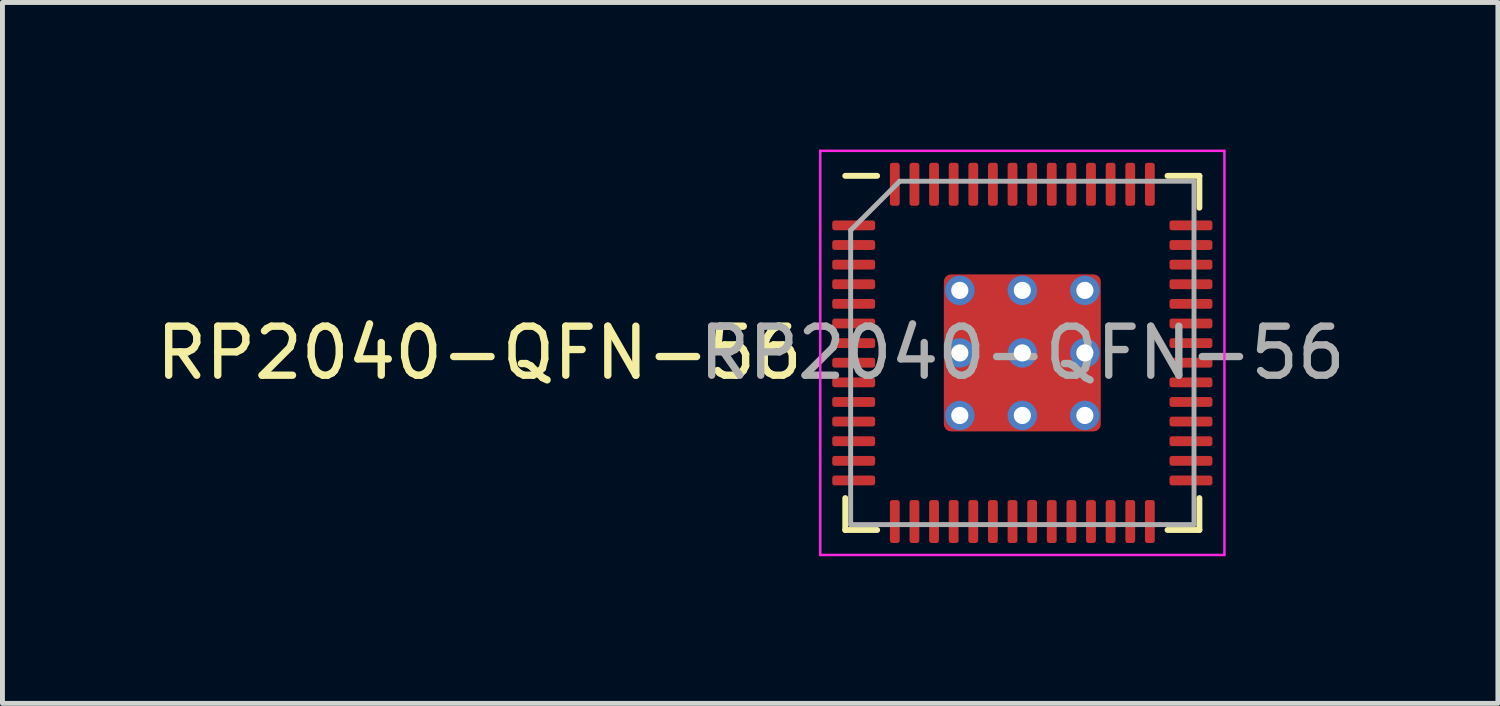
<source format=kicad_pcb>
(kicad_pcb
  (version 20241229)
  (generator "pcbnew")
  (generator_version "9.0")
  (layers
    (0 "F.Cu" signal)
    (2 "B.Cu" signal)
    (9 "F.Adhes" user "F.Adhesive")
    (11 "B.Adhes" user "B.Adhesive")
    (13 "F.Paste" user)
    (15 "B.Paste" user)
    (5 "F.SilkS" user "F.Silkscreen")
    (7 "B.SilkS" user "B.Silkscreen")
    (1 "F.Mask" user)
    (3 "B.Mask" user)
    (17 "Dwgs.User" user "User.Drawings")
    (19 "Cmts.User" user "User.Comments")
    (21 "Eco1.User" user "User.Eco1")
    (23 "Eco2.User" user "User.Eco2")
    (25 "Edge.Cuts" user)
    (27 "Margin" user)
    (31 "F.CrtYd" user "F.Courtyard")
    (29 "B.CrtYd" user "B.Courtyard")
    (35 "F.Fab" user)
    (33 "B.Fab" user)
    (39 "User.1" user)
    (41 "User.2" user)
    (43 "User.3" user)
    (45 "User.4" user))
  (footprint "RP2040-QFN-56"
    (layer "F.Cu")
    (at 17.793 4.145)
    (property "Reference" "RP2040-QFN-56" (at -4.4 0 0) (layer "F.SilkS") (effects (font (size 1 1) (thickness 0.15)) (justify right)))
    (attr smd)
    (fp_line (start -3.61 3.61) (end -3.61 2.96) (stroke (width 0.12) (type solid)) (layer "F.SilkS"))
    (fp_line (start -2.96 -3.61) (end -3.61 -3.61) (stroke (width 0.12) (type solid)) (layer "F.SilkS"))
    (fp_line (start -2.96 3.61) (end -3.61 3.61) (stroke (width 0.12) (type solid)) (layer "F.SilkS"))
    (fp_line (start 2.96 -3.61) (end 3.61 -3.61) (stroke (width 0.12) (type solid)) (layer "F.SilkS"))
    (fp_line (start 2.96 3.61) (end 3.61 3.61) (stroke (width 0.12) (type solid)) (layer "F.SilkS"))
    (fp_line (start 3.61 -3.61) (end 3.61 -2.96) (stroke (width 0.12) (type solid)) (layer "F.SilkS"))
    (fp_line (start 3.61 3.61) (end 3.61 2.96) (stroke (width 0.12) (type solid)) (layer "F.SilkS"))
    (fp_line (start -4.12 -4.12) (end -4.12 4.12) (stroke (width 0.05) (type solid)) (layer "F.CrtYd"))
    (fp_line (start -4.12 4.12) (end 4.12 4.12) (stroke (width 0.05) (type solid)) (layer "F.CrtYd"))
    (fp_line (start 4.12 -4.12) (end -4.12 -4.12) (stroke (width 0.05) (type solid)) (layer "F.CrtYd"))
    (fp_line (start 4.12 4.12) (end 4.12 -4.12) (stroke (width 0.05) (type solid)) (layer "F.CrtYd"))
    (fp_line (start -3.5 -2.5) (end -2.5 -3.5) (stroke (width 0.1) (type solid)) (layer "F.Fab"))
    (fp_line (start -3.5 3.5) (end -3.5 -2.5) (stroke (width 0.1) (type solid)) (layer "F.Fab"))
    (fp_line (start -2.5 -3.5) (end 3.5 -3.5) (stroke (width 0.1) (type solid)) (layer "F.Fab"))
    (fp_line (start 3.5 -3.5) (end 3.5 3.5) (stroke (width 0.1) (type solid)) (layer "F.Fab"))
    (fp_line (start 3.5 3.5) (end -3.5 3.5) (stroke (width 0.1) (type solid)) (layer "F.Fab"))
    (fp_text user "${REFERENCE}" (at 0 0 0) (layer "F.Fab") (effects (font (size 1 1) (thickness 0.15))))
    (pad "" smd roundrect (at -0.637 -0.637) (size 1.084 1.084) (layers "F.Paste") (roundrect_rratio 0.231))
    (pad "" smd roundrect (at -0.637 0.637) (size 1.084 1.084) (layers "F.Paste") (roundrect_rratio 0.231))
    (pad "" smd roundrect (at 0.637 -0.637) (size 1.084 1.084) (layers "F.Paste") (roundrect_rratio 0.231))
    (pad "" smd roundrect (at 0.637 0.637) (size 1.084 1.084) (layers "F.Paste") (roundrect_rratio 0.231))
    (pad "1" smd roundrect (at -3.438 -2.6) (size 0.875 0.2) (layers "F.Cu" "F.Mask" "F.Paste") (roundrect_rratio 0.25))
    (pad "2" smd roundrect (at -3.438 -2.2) (size 0.875 0.2) (layers "F.Cu" "F.Mask" "F.Paste") (roundrect_rratio 0.25))
    (pad "3" smd roundrect (at -3.438 -1.8) (size 0.875 0.2) (layers "F.Cu" "F.Mask" "F.Paste") (roundrect_rratio 0.25))
    (pad "4" smd roundrect (at -3.438 -1.4) (size 0.875 0.2) (layers "F.Cu" "F.Mask" "F.Paste") (roundrect_rratio 0.25))
    (pad "5" smd roundrect (at -3.438 -1) (size 0.875 0.2) (layers "F.Cu" "F.Mask" "F.Paste") (roundrect_rratio 0.25))
    (pad "6" smd roundrect (at -3.438 -0.6) (size 0.875 0.2) (layers "F.Cu" "F.Mask" "F.Paste") (roundrect_rratio 0.25))
    (pad "7" smd roundrect (at -3.438 -0.2) (size 0.875 0.2) (layers "F.Cu" "F.Mask" "F.Paste") (roundrect_rratio 0.25))
    (pad "8" smd roundrect (at -3.438 0.2) (size 0.875 0.2) (layers "F.Cu" "F.Mask" "F.Paste") (roundrect_rratio 0.25))
    (pad "9" smd roundrect (at -3.438 0.6) (size 0.875 0.2) (layers "F.Cu" "F.Mask" "F.Paste") (roundrect_rratio 0.25))
    (pad "10" smd roundrect (at -3.438 1) (size 0.875 0.2) (layers "F.Cu" "F.Mask" "F.Paste") (roundrect_rratio 0.25))
    (pad "11" smd roundrect (at -3.438 1.4) (size 0.875 0.2) (layers "F.Cu" "F.Mask" "F.Paste") (roundrect_rratio 0.25))
    (pad "12" smd roundrect (at -3.438 1.8) (size 0.875 0.2) (layers "F.Cu" "F.Mask" "F.Paste") (roundrect_rratio 0.25))
    (pad "13" smd roundrect (at -3.438 2.2) (size 0.875 0.2) (layers "F.Cu" "F.Mask" "F.Paste") (roundrect_rratio 0.25))
    (pad "14" smd roundrect (at -3.438 2.6) (size 0.875 0.2) (layers "F.Cu" "F.Mask" "F.Paste") (roundrect_rratio 0.25))
    (pad "15" smd roundrect (at -2.6 3.438) (size 0.2 0.875) (layers "F.Cu" "F.Mask" "F.Paste") (roundrect_rratio 0.25))
    (pad "16" smd roundrect (at -2.2 3.438) (size 0.2 0.875) (layers "F.Cu" "F.Mask" "F.Paste") (roundrect_rratio 0.25))
    (pad "17" smd roundrect (at -1.8 3.438) (size 0.2 0.875) (layers "F.Cu" "F.Mask" "F.Paste") (roundrect_rratio 0.25))
    (pad "18" smd roundrect (at -1.4 3.438) (size 0.2 0.875) (layers "F.Cu" "F.Mask" "F.Paste") (roundrect_rratio 0.25))
    (pad "19" smd roundrect (at -1 3.438) (size 0.2 0.875) (layers "F.Cu" "F.Mask" "F.Paste") (roundrect_rratio 0.25))
    (pad "20" smd roundrect (at -0.6 3.438) (size 0.2 0.875) (layers "F.Cu" "F.Mask" "F.Paste") (roundrect_rratio 0.25))
    (pad "21" smd roundrect (at -0.2 3.438) (size 0.2 0.875) (layers "F.Cu" "F.Mask" "F.Paste") (roundrect_rratio 0.25))
    (pad "22" smd roundrect (at 0.2 3.438) (size 0.2 0.875) (layers "F.Cu" "F.Mask" "F.Paste") (roundrect_rratio 0.25))
    (pad "23" smd roundrect (at 0.6 3.438) (size 0.2 0.875) (layers "F.Cu" "F.Mask" "F.Paste") (roundrect_rratio 0.25))
    (pad "24" smd roundrect (at 1 3.438) (size 0.2 0.875) (layers "F.Cu" "F.Mask" "F.Paste") (roundrect_rratio 0.25))
    (pad "25" smd roundrect (at 1.4 3.438) (size 0.2 0.875) (layers "F.Cu" "F.Mask" "F.Paste") (roundrect_rratio 0.25))
    (pad "26" smd roundrect (at 1.8 3.438) (size 0.2 0.875) (layers "F.Cu" "F.Mask" "F.Paste") (roundrect_rratio 0.25))
    (pad "27" smd roundrect (at 2.2 3.438) (size 0.2 0.875) (layers "F.Cu" "F.Mask" "F.Paste") (roundrect_rratio 0.25))
    (pad "28" smd roundrect (at 2.6 3.438) (size 0.2 0.875) (layers "F.Cu" "F.Mask" "F.Paste") (roundrect_rratio 0.25))
    (pad "29" smd roundrect (at 3.438 2.6) (size 0.875 0.2) (layers "F.Cu" "F.Mask" "F.Paste") (roundrect_rratio 0.25))
    (pad "30" smd roundrect (at 3.438 2.2) (size 0.875 0.2) (layers "F.Cu" "F.Mask" "F.Paste") (roundrect_rratio 0.25))
    (pad "31" smd roundrect (at 3.438 1.8) (size 0.875 0.2) (layers "F.Cu" "F.Mask" "F.Paste") (roundrect_rratio 0.25))
    (pad "32" smd roundrect (at 3.438 1.4) (size 0.875 0.2) (layers "F.Cu" "F.Mask" "F.Paste") (roundrect_rratio 0.25))
    (pad "33" smd roundrect (at 3.438 1) (size 0.875 0.2) (layers "F.Cu" "F.Mask" "F.Paste") (roundrect_rratio 0.25))
    (pad "34" smd roundrect (at 3.438 0.6) (size 0.875 0.2) (layers "F.Cu" "F.Mask" "F.Paste") (roundrect_rratio 0.25))
    (pad "35" smd roundrect (at 3.438 0.2) (size 0.875 0.2) (layers "F.Cu" "F.Mask" "F.Paste") (roundrect_rratio 0.25))
    (pad "36" smd roundrect (at 3.438 -0.2) (size 0.875 0.2) (layers "F.Cu" "F.Mask" "F.Paste") (roundrect_rratio 0.25))
    (pad "37" smd roundrect (at 3.438 -0.6) (size 0.875 0.2) (layers "F.Cu" "F.Mask" "F.Paste") (roundrect_rratio 0.25))
    (pad "38" smd roundrect (at 3.438 -1) (size 0.875 0.2) (layers "F.Cu" "F.Mask" "F.Paste") (roundrect_rratio 0.25))
    (pad "39" smd roundrect (at 3.438 -1.4) (size 0.875 0.2) (layers "F.Cu" "F.Mask" "F.Paste") (roundrect_rratio 0.25))
    (pad "40" smd roundrect (at 3.438 -1.8) (size 0.875 0.2) (layers "F.Cu" "F.Mask" "F.Paste") (roundrect_rratio 0.25))
    (pad "41" smd roundrect (at 3.438 -2.2) (size 0.875 0.2) (layers "F.Cu" "F.Mask" "F.Paste") (roundrect_rratio 0.25))
    (pad "42" smd roundrect (at 3.438 -2.6) (size 0.875 0.2) (layers "F.Cu" "F.Mask" "F.Paste") (roundrect_rratio 0.25))
    (pad "43" smd roundrect (at 2.6 -3.438) (size 0.2 0.875) (layers "F.Cu" "F.Mask" "F.Paste") (roundrect_rratio 0.25))
    (pad "44" smd roundrect (at 2.2 -3.438) (size 0.2 0.875) (layers "F.Cu" "F.Mask" "F.Paste") (roundrect_rratio 0.25))
    (pad "45" smd roundrect (at 1.8 -3.438) (size 0.2 0.875) (layers "F.Cu" "F.Mask" "F.Paste") (roundrect_rratio 0.25))
    (pad "46" smd roundrect (at 1.4 -3.438) (size 0.2 0.875) (layers "F.Cu" "F.Mask" "F.Paste") (roundrect_rratio 0.25))
    (pad "47" smd roundrect (at 1 -3.438) (size 0.2 0.875) (layers "F.Cu" "F.Mask" "F.Paste") (roundrect_rratio 0.25))
    (pad "48" smd roundrect (at 0.6 -3.438) (size 0.2 0.875) (layers "F.Cu" "F.Mask" "F.Paste") (roundrect_rratio 0.25))
    (pad "49" smd roundrect (at 0.2 -3.438) (size 0.2 0.875) (layers "F.Cu" "F.Mask" "F.Paste") (roundrect_rratio 0.25))
    (pad "50" smd roundrect (at -0.2 -3.438) (size 0.2 0.875) (layers "F.Cu" "F.Mask" "F.Paste") (roundrect_rratio 0.25))
    (pad "51" smd roundrect (at -0.6 -3.438) (size 0.2 0.875) (layers "F.Cu" "F.Mask" "F.Paste") (roundrect_rratio 0.25))
    (pad "52" smd roundrect (at -1 -3.438) (size 0.2 0.875) (layers "F.Cu" "F.Mask" "F.Paste") (roundrect_rratio 0.25))
    (pad "53" smd roundrect (at -1.4 -3.438) (size 0.2 0.875) (layers "F.Cu" "F.Mask" "F.Paste") (roundrect_rratio 0.25))
    (pad "54" smd roundrect (at -1.8 -3.438) (size 0.2 0.875) (layers "F.Cu" "F.Mask" "F.Paste") (roundrect_rratio 0.25))
    (pad "55" smd roundrect (at -2.2 -3.438) (size 0.2 0.875) (layers "F.Cu" "F.Mask" "F.Paste") (roundrect_rratio 0.25))
    (pad "56" smd roundrect (at -2.6 -3.438) (size 0.2 0.875) (layers "F.Cu" "F.Mask" "F.Paste") (roundrect_rratio 0.25))
    (pad "57" thru_hole circle (at -1.275 -1.275) (size 0.6 0.6) (drill 0.35) (layers "*.Cu"))
    (pad "57" thru_hole circle (at -1.275 0) (size 0.6 0.6) (drill 0.35) (layers "*.Cu"))
    (pad "57" thru_hole circle (at -1.275 1.275) (size 0.6 0.6) (drill 0.35) (layers "*.Cu"))
    (pad "57" thru_hole circle (at 0 -1.275) (size 0.6 0.6) (drill 0.35) (layers "*.Cu"))
    (pad "57" thru_hole circle (at 0 0) (size 0.6 0.6) (drill 0.35) (layers "*.Cu"))
    (pad "57" smd roundrect (at 0 0) (size 3.2 3.2) (layers "F.Cu" "F.Mask") (roundrect_rratio 0.045))
    (pad "57" thru_hole circle (at 0 1.275) (size 0.6 0.6) (drill 0.35) (layers "*.Cu"))
    (pad "57" thru_hole circle (at 1.275 -1.275) (size 0.6 0.6) (drill 0.35) (layers "*.Cu"))
    (pad "57" thru_hole circle (at 1.275 0) (size 0.6 0.6) (drill 0.35) (layers "*.Cu"))
    (pad "57" thru_hole circle (at 1.275 1.275) (size 0.6 0.6) (drill 0.35) (layers "*.Cu")))
  (gr_rect
    (start -3 -3)
    (end 27.489 11.29)
    (stroke (width 0.1) (type default))
    (fill no)
    (layer "Edge.Cuts")))
</source>
